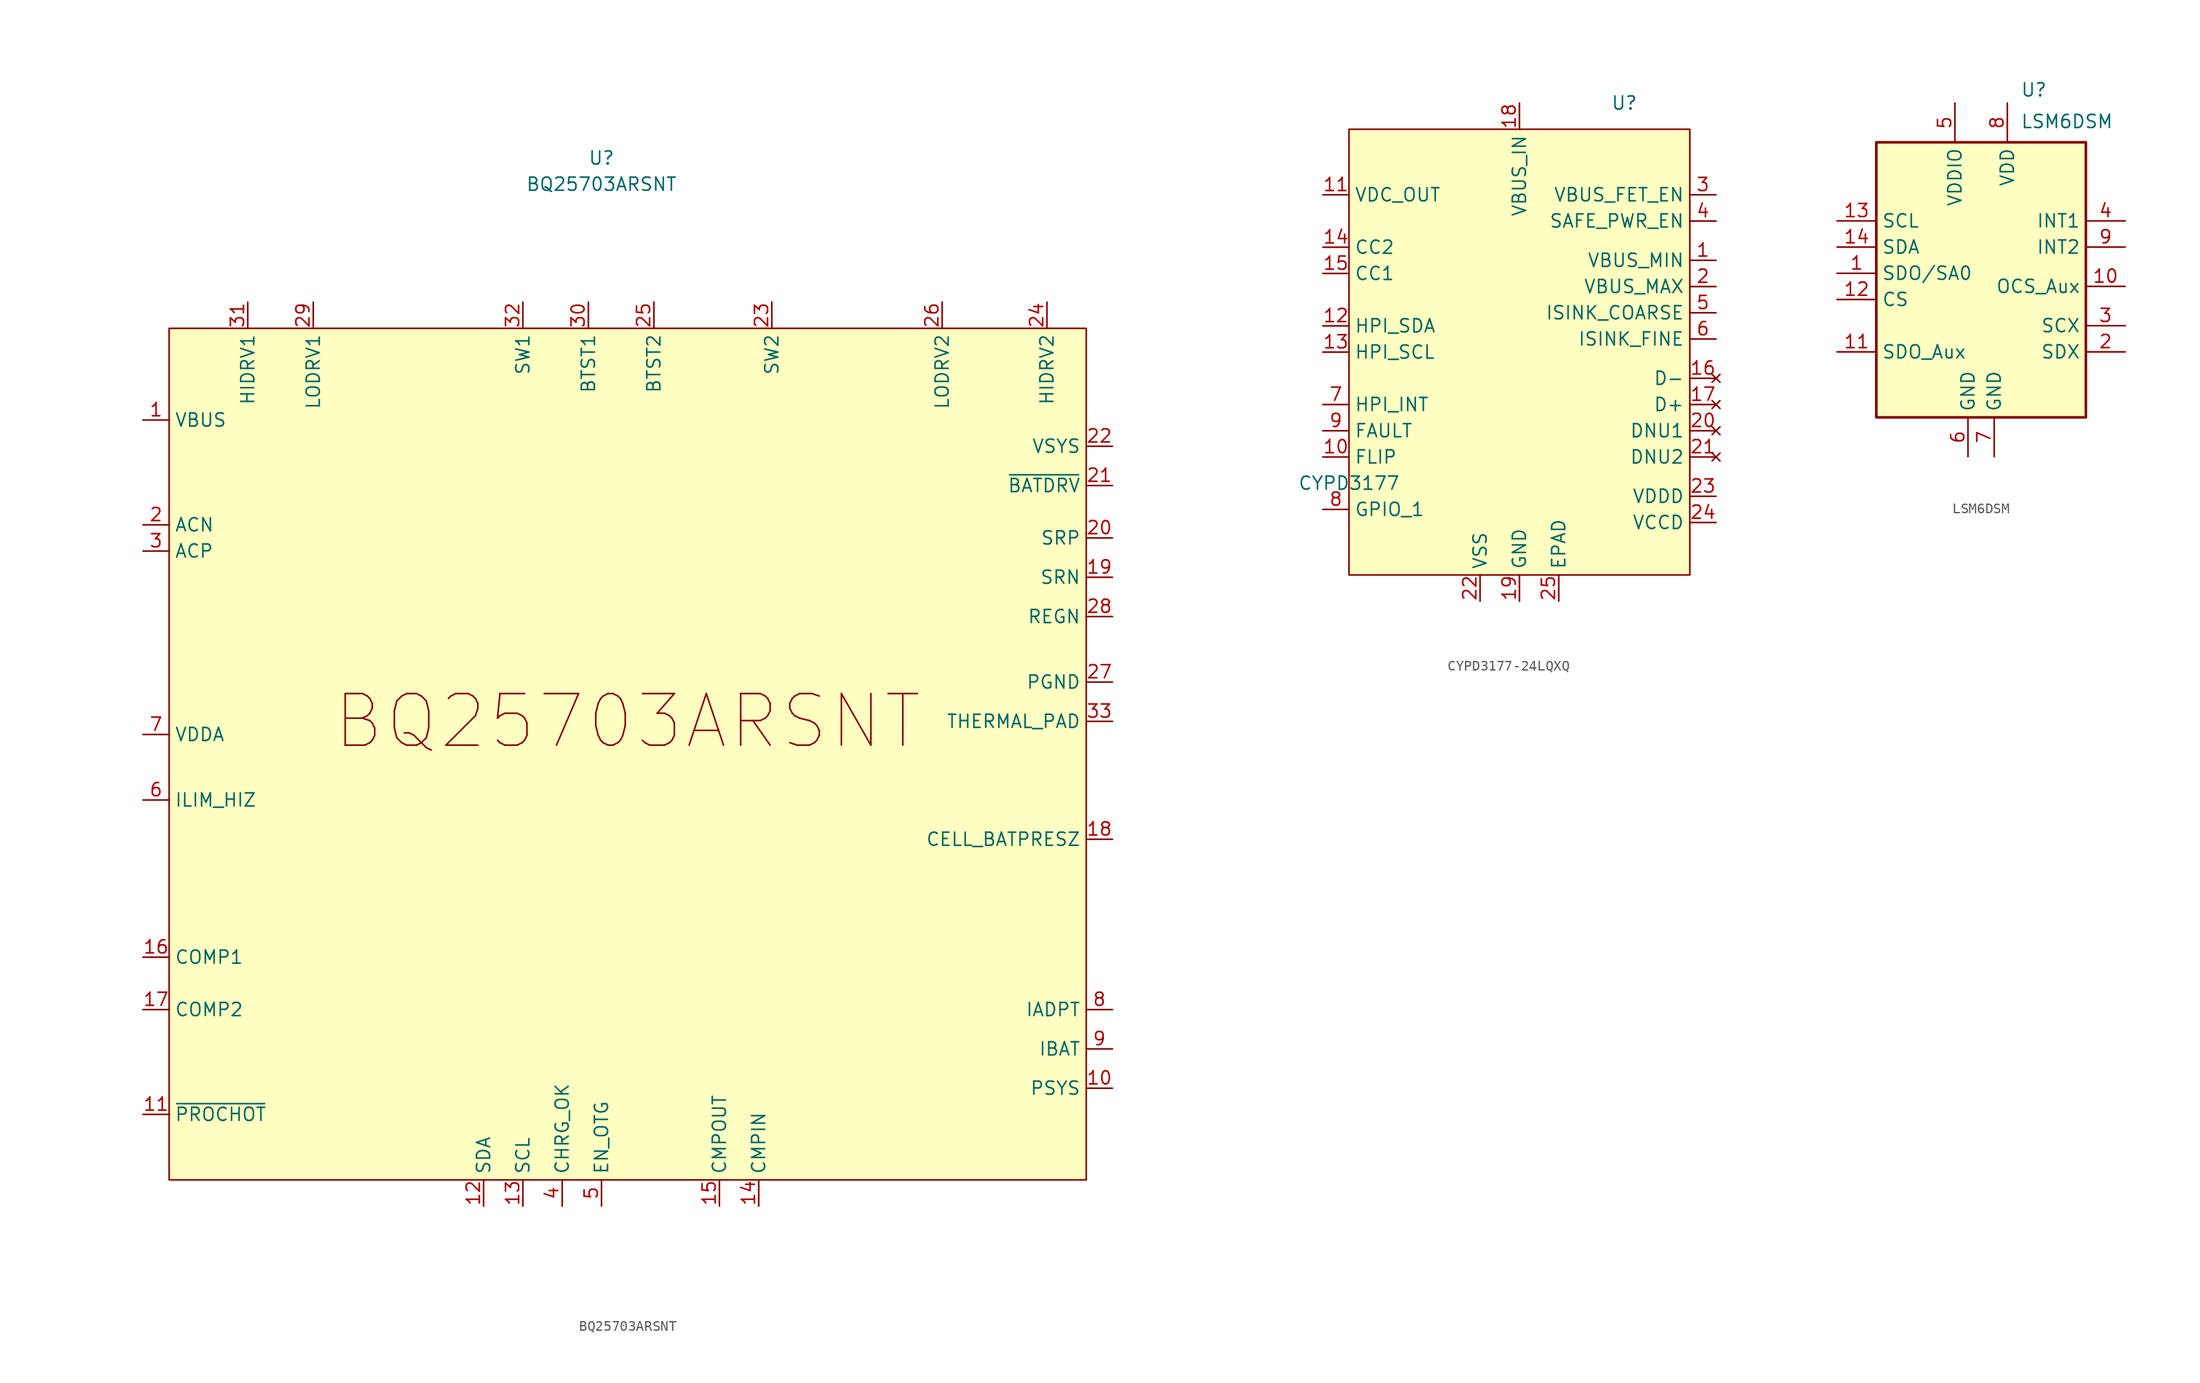
<source format=kicad_sym>
(kicad_symbol_lib
  (version 20220914)
  (generator kicad_symbol_editor)
  (symbol "BQ25703ARSNT"
    (property "Reference" "U"
      (at 0 57.15 0)
      (effects (font (size 1.27 1.27))))
    (property "Value" "BQ25703ARSNT"
      (at 0 54.61 0)
      (effects (font (size 1.27 1.27))))
    (symbol "BQ25703ARSNT_0_0"
      (text "BQ25703ARSNT" (at 2.54 2.54 0) (effects (font (size 5 5)))))
    (symbol "BQ25703ARSNT_0_1"
      (rectangle (start -41.91 40.64) (end 46.99 -41.91) (stroke (width 0) (type default)) (fill (type background))))
    (symbol "BQ25703ARSNT_1_1"
      (pin power_in line (at -44.45 31.75 0) (length 2.54) (name "VBUS" (effects (font (size 1.27 1.27)))) (number "1" (effects (font (size 1.27 1.27)))))
      (pin output line (at 49.53 -33.02 180) (length 2.54) (name "PSYS" (effects (font (size 1.27 1.27)))) (number "10" (effects (font (size 1.27 1.27)))))
      (pin output line (at -44.45 -35.56 0) (length 2.54) (name "~{PROCHOT}" (effects (font (size 1.27 1.27)))) (number "11" (effects (font (size 1.27 1.27)))))
      (pin bidirectional line (at -11.43 -44.45 90) (length 2.54) (name "SDA" (effects (font (size 1.27 1.27)))) (number "12" (effects (font (size 1.27 1.27)))))
      (pin input line (at -7.62 -44.45 90) (length 2.54) (name "SCL" (effects (font (size 1.27 1.27)))) (number "13" (effects (font (size 1.27 1.27)))))
      (pin input line (at 15.24 -44.45 90) (length 2.54) (name "CMPIN" (effects (font (size 1.27 1.27)))) (number "14" (effects (font (size 1.27 1.27)))))
      (pin output line (at 11.43 -44.45 90) (length 2.54) (name "CMPOUT" (effects (font (size 1.27 1.27)))) (number "15" (effects (font (size 1.27 1.27)))))
      (pin input line (at -44.45 -20.32 0) (length 2.54) (name "COMP1" (effects (font (size 1.27 1.27)))) (number "16" (effects (font (size 1.27 1.27)))))
      (pin input line (at -44.45 -25.4 0) (length 2.54) (name "COMP2" (effects (font (size 1.27 1.27)))) (number "17" (effects (font (size 1.27 1.27)))))
      (pin input line (at 49.53 -8.89 180) (length 2.54) (name "CELL_BATPRESZ" (effects (font (size 1.27 1.27)))) (number "18" (effects (font (size 1.27 1.27)))))
      (pin power_in line (at 49.53 16.51 180) (length 2.54) (name "SRN" (effects (font (size 1.27 1.27)))) (number "19" (effects (font (size 1.27 1.27)))))
      (pin power_in line (at -44.45 21.59 0) (length 2.54) (name "ACN" (effects (font (size 1.27 1.27)))) (number "2" (effects (font (size 1.27 1.27)))))
      (pin power_in line (at 49.53 20.32 180) (length 2.54) (name "SRP" (effects (font (size 1.27 1.27)))) (number "20" (effects (font (size 1.27 1.27)))))
      (pin output line (at 49.53 25.4 180) (length 2.54) (name "~{BATDRV}" (effects (font (size 1.27 1.27)))) (number "21" (effects (font (size 1.27 1.27)))))
      (pin power_in line (at 49.53 29.21 180) (length 2.54) (name "VSYS" (effects (font (size 1.27 1.27)))) (number "22" (effects (font (size 1.27 1.27)))))
      (pin power_in line (at 16.51 43.18 270) (length 2.54) (name "SW2" (effects (font (size 1.27 1.27)))) (number "23" (effects (font (size 1.27 1.27)))))
      (pin output line (at 43.18 43.18 270) (length 2.54) (name "HIDRV2" (effects (font (size 1.27 1.27)))) (number "24" (effects (font (size 1.27 1.27)))))
      (pin power_in line (at 5.08 43.18 270) (length 2.54) (name "BTST2" (effects (font (size 1.27 1.27)))) (number "25" (effects (font (size 1.27 1.27)))))
      (pin output line (at 33.02 43.18 270) (length 2.54) (name "LODRV2" (effects (font (size 1.27 1.27)))) (number "26" (effects (font (size 1.27 1.27)))))
      (pin power_out line (at 49.53 6.35 180) (length 2.54) (name "PGND" (effects (font (size 1.27 1.27)))) (number "27" (effects (font (size 1.27 1.27)))))
      (pin power_in line (at 49.53 12.7 180) (length 2.54) (name "REGN" (effects (font (size 1.27 1.27)))) (number "28" (effects (font (size 1.27 1.27)))))
      (pin output line (at -27.94 43.18 270) (length 2.54) (name "LODRV1" (effects (font (size 1.27 1.27)))) (number "29" (effects (font (size 1.27 1.27)))))
      (pin power_in line (at -44.45 19.05 0) (length 2.54) (name "ACP" (effects (font (size 1.27 1.27)))) (number "3" (effects (font (size 1.27 1.27)))))
      (pin power_in line (at -1.27 43.18 270) (length 2.54) (name "BTST1" (effects (font (size 1.27 1.27)))) (number "30" (effects (font (size 1.27 1.27)))))
      (pin output line (at -34.29 43.18 270) (length 2.54) (name "HIDRV1" (effects (font (size 1.27 1.27)))) (number "31" (effects (font (size 1.27 1.27)))))
      (pin power_in line (at -7.62 43.18 270) (length 2.54) (name "SW1" (effects (font (size 1.27 1.27)))) (number "32" (effects (font (size 1.27 1.27)))))
      (pin power_out line (at 49.53 2.54 180) (length 2.54) (name "THERMAL_PAD" (effects (font (size 1.27 1.27)))) (number "33" (effects (font (size 1.27 1.27)))))
      (pin output line (at -3.81 -44.45 90) (length 2.54) (name "CHRG_OK" (effects (font (size 1.27 1.27)))) (number "4" (effects (font (size 1.27 1.27)))))
      (pin input line (at 0 -44.45 90) (length 2.54) (name "EN_OTG" (effects (font (size 1.27 1.27)))) (number "5" (effects (font (size 1.27 1.27)))))
      (pin input line (at -44.45 -5.08 0) (length 2.54) (name "ILIM_HIZ" (effects (font (size 1.27 1.27)))) (number "6" (effects (font (size 1.27 1.27)))))
      (pin power_in line (at -44.45 1.27 0) (length 2.54) (name "VDDA" (effects (font (size 1.27 1.27)))) (number "7" (effects (font (size 1.27 1.27)))))
      (pin bidirectional line (at 49.53 -25.4 180) (length 2.54) (name "IADPT" (effects (font (size 1.27 1.27)))) (number "8" (effects (font (size 1.27 1.27)))))
      (pin output line (at 49.53 -29.21 180) (length 2.54) (name "IBAT" (effects (font (size 1.27 1.27)))) (number "9" (effects (font (size 1.27 1.27)))))))
  (symbol "CYPD3177-24LQXQ"
    (property "Reference" "U"
      (at 26.67 29.21 0)
      (effects (font (size 1.27 1.27))))
    (property "Value" "CYPD3177"
      (at 0 -7.62 0)
      (effects (font (size 1.27 1.27))))
    (symbol "CYPD3177-24LQXQ_1_1"
      (rectangle (start 0 26.67) (end 33.02 -16.51) (stroke (width 0) (type default)) (fill (type background)))
      (pin input line (at 35.56 13.97 180) (length 2.54) (name "VBUS_MIN" (effects (font (size 1.27 1.27)))) (number "1" (effects (font (size 1.27 1.27)))))
      (pin output line (at -2.54 -5.08 0) (length 2.54) (name "FLIP" (effects (font (size 1.27 1.27)))) (number "10" (effects (font (size 1.27 1.27)))))
      (pin input line (at -2.54 20.32 0) (length 2.54) (name "VDC_OUT" (effects (font (size 1.27 1.27)))) (number "11" (effects (font (size 1.27 1.27)))))
      (pin bidirectional line (at -2.54 7.62 0) (length 2.54) (name "HPI_SDA" (effects (font (size 1.27 1.27)))) (number "12" (effects (font (size 1.27 1.27)))))
      (pin bidirectional line (at -2.54 5.08 0) (length 2.54) (name "HPI_SCL" (effects (font (size 1.27 1.27)))) (number "13" (effects (font (size 1.27 1.27)))))
      (pin bidirectional line (at -2.54 15.24 0) (length 2.54) (name "CC2" (effects (font (size 1.27 1.27)))) (number "14" (effects (font (size 1.27 1.27)))))
      (pin bidirectional line (at -2.54 12.7 0) (length 2.54) (name "CC1" (effects (font (size 1.27 1.27)))) (number "15" (effects (font (size 1.27 1.27)))))
      (pin no_connect line (at 35.56 2.54 180) (length 2.54) (name "D-" (effects (font (size 1.27 1.27)))) (number "16" (effects (font (size 1.27 1.27)))))
      (pin no_connect line (at 35.56 0 180) (length 2.54) (name "D+" (effects (font (size 1.27 1.27)))) (number "17" (effects (font (size 1.27 1.27)))))
      (pin power_in line (at 16.51 29.21 270) (length 2.54) (name "VBUS_IN" (effects (font (size 1.27 1.27)))) (number "18" (effects (font (size 1.27 1.27)))))
      (pin power_in line (at 16.51 -19.05 90) (length 2.54) (name "GND" (effects (font (size 1.27 1.27)))) (number "19" (effects (font (size 1.27 1.27)))))
      (pin input line (at 35.56 11.43 180) (length 2.54) (name "VBUS_MAX" (effects (font (size 1.27 1.27)))) (number "2" (effects (font (size 1.27 1.27)))))
      (pin no_connect line (at 35.56 -2.54 180) (length 2.54) (name "DNU1" (effects (font (size 1.27 1.27)))) (number "20" (effects (font (size 1.27 1.27)))))
      (pin no_connect line (at 35.56 -5.08 180) (length 2.54) (name "DNU2" (effects (font (size 1.27 1.27)))) (number "21" (effects (font (size 1.27 1.27)))))
      (pin power_in line (at 12.7 -19.05 90) (length 2.54) (name "VSS" (effects (font (size 1.27 1.27)))) (number "22" (effects (font (size 1.27 1.27)))))
      (pin power_in line (at 35.56 -8.89 180) (length 2.54) (name "VDDD" (effects (font (size 1.27 1.27)))) (number "23" (effects (font (size 1.27 1.27)))))
      (pin power_in line (at 35.56 -11.43 180) (length 2.54) (name "VCCD" (effects (font (size 1.27 1.27)))) (number "24" (effects (font (size 1.27 1.27)))))
      (pin power_in line (at 20.32 -19.05 90) (length 2.54) (name "EPAD" (effects (font (size 1.27 1.27)))) (number "25" (effects (font (size 1.27 1.27)))))
      (pin output line (at 35.56 20.32 180) (length 2.54) (name "VBUS_FET_EN" (effects (font (size 1.27 1.27)))) (number "3" (effects (font (size 1.27 1.27)))))
      (pin output line (at 35.56 17.78 180) (length 2.54) (name "SAFE_PWR_EN" (effects (font (size 1.27 1.27)))) (number "4" (effects (font (size 1.27 1.27)))))
      (pin input line (at 35.56 8.89 180) (length 2.54) (name "ISINK_COARSE" (effects (font (size 1.27 1.27)))) (number "5" (effects (font (size 1.27 1.27)))))
      (pin input line (at 35.56 6.35 180) (length 2.54) (name "ISINK_FINE" (effects (font (size 1.27 1.27)))) (number "6" (effects (font (size 1.27 1.27)))))
      (pin output line (at -2.54 0 0) (length 2.54) (name "HPI_INT" (effects (font (size 1.27 1.27)))) (number "7" (effects (font (size 1.27 1.27)))))
      (pin input line (at -2.54 -10.16 0) (length 2.54) (name "GPIO_1" (effects (font (size 1.27 1.27)))) (number "8" (effects (font (size 1.27 1.27)))))
      (pin output line (at -2.54 -2.54 0) (length 2.54) (name "FAULT" (effects (font (size 1.27 1.27)))) (number "9" (effects (font (size 1.27 1.27)))))))
  (symbol "LSM6DSM"
    (property "Reference" "U"
      (at 2.54 16.51 0)
      (effects (font (size 1.27 1.27)) (justify left)))
    (property "Value" "LSM6DSM"
      (at 2.54 12.7 0)
      (effects (font (size 1.27 1.27)) (justify left bottom)))
    (symbol "LSM6DSM_0_1"
      (rectangle (start -11.43 11.43) (end 8.89 -15.24) (stroke (width 0.254) (type default)) (fill (type background))))
    (symbol "LSM6DSM_1_1"
      (pin bidirectional line (at -15.24 -1.27 0) (length 3.81) (name "SDO/SA0" (effects (font (size 1.27 1.27)))) (number "1" (effects (font (size 1.27 1.27)))))
      (pin passive line (at 12.7 -2.54 180) (length 3.81) (name "OCS_Aux" (effects (font (size 1.27 1.27)))) (number "10" (effects (font (size 1.27 1.27)))))
      (pin bidirectional line (at -15.24 -8.89 0) (length 3.81) (name "SDO_Aux" (effects (font (size 1.27 1.27)))) (number "11" (effects (font (size 1.27 1.27)))))
      (pin input line (at -15.24 -3.81 0) (length 3.81) (name "CS" (effects (font (size 1.27 1.27)))) (number "12" (effects (font (size 1.27 1.27)))))
      (pin input line (at -15.24 3.81 0) (length 3.81) (name "SCL" (effects (font (size 1.27 1.27)))) (number "13" (effects (font (size 1.27 1.27)))))
      (pin bidirectional line (at -15.24 1.27 0) (length 3.81) (name "SDA" (effects (font (size 1.27 1.27)))) (number "14" (effects (font (size 1.27 1.27)))))
      (pin bidirectional line (at 12.7 -8.89 180) (length 3.81) (name "SDX" (effects (font (size 1.27 1.27)))) (number "2" (effects (font (size 1.27 1.27)))))
      (pin input line (at 12.7 -6.35 180) (length 3.81) (name "SCX" (effects (font (size 1.27 1.27)))) (number "3" (effects (font (size 1.27 1.27)))))
      (pin output line (at 12.7 3.81 180) (length 3.81) (name "INT1" (effects (font (size 1.27 1.27)))) (number "4" (effects (font (size 1.27 1.27)))))
      (pin power_in line (at -3.81 15.24 270) (length 3.81) (name "VDDIO" (effects (font (size 1.27 1.27)))) (number "5" (effects (font (size 1.27 1.27)))))
      (pin power_in line (at -2.54 -19.05 90) (length 3.81) (name "GND" (effects (font (size 1.27 1.27)))) (number "6" (effects (font (size 1.27 1.27)))))
      (pin power_in line (at 0 -19.05 90) (length 3.81) (name "GND" (effects (font (size 1.27 1.27)))) (number "7" (effects (font (size 1.27 1.27)))))
      (pin power_in line (at 1.27 15.24 270) (length 3.81) (name "VDD" (effects (font (size 1.27 1.27)))) (number "8" (effects (font (size 1.27 1.27)))))
      (pin output line (at 12.7 1.27 180) (length 3.81) (name "INT2" (effects (font (size 1.27 1.27)))) (number "9" (effects (font (size 1.27 1.27))))))))
</source>
